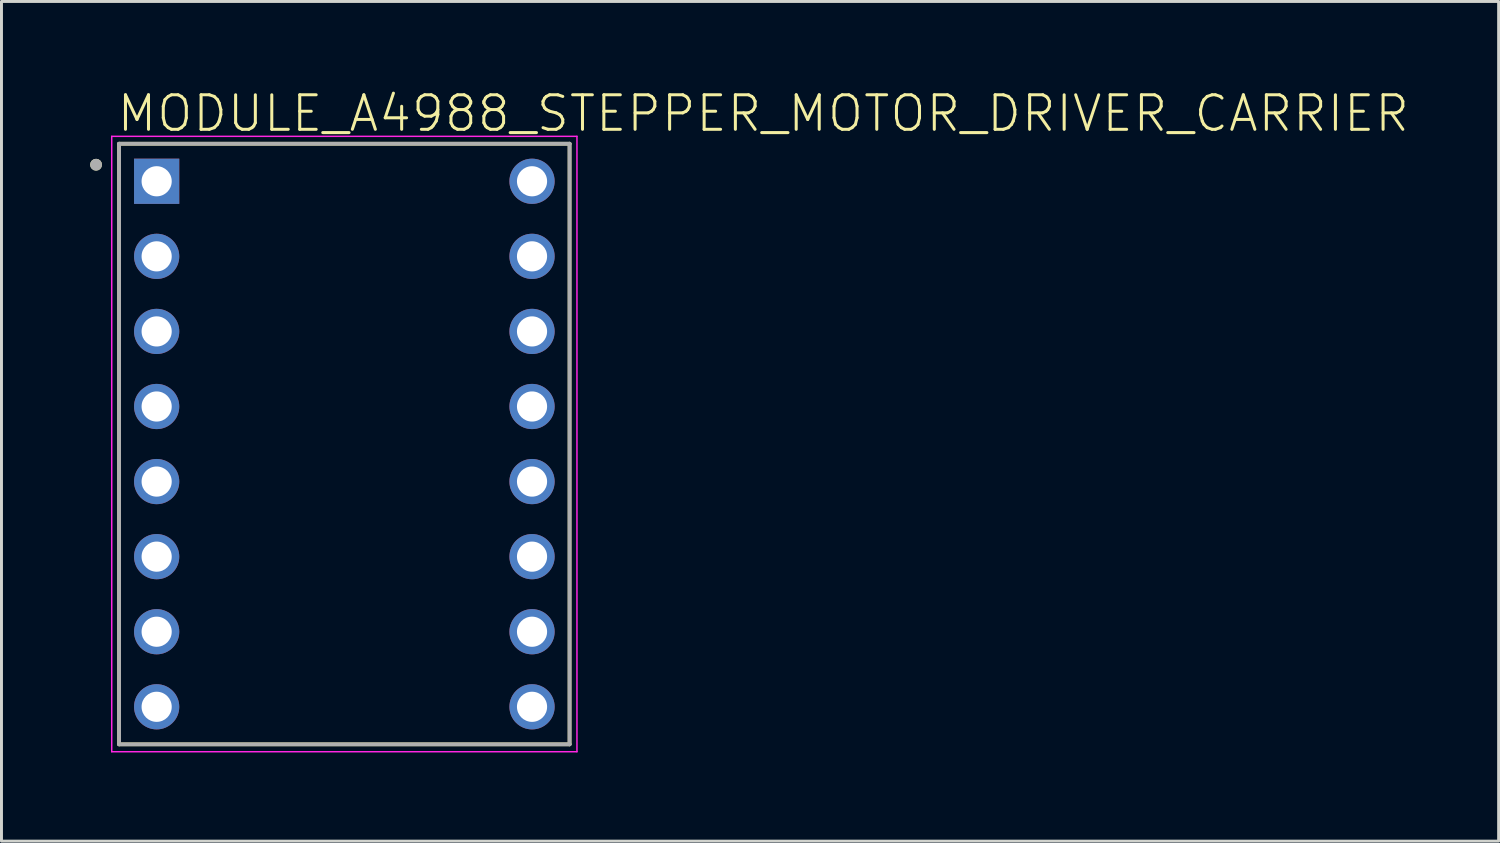
<source format=kicad_pcb>
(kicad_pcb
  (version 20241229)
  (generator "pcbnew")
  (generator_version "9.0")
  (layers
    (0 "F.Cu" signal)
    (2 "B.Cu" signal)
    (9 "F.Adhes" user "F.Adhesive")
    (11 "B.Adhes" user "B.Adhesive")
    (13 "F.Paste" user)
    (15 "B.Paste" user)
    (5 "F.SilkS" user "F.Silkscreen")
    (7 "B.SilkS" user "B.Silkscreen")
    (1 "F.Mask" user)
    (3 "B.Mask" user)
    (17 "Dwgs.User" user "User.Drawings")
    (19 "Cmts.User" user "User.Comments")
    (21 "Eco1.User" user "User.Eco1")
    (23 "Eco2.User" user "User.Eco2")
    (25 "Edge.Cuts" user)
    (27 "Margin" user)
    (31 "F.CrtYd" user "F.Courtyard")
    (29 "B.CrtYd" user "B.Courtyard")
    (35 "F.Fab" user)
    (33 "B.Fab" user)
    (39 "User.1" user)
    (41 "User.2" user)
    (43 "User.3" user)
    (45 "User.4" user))
  (footprint "MODULE_A4988_STEPPER_MOTOR_DRIVER_CARRIER"
    (layer "F.Cu")
    (at 8.6 11.973)
    (property "Reference" "MODULE_A4988_STEPPER_MOTOR_DRIVER_CARRIER" (at -7.75 -10.5 0) (layer "F.SilkS") (effects (font (size 1.168 1.168) (thickness 0.102)) (justify left bottom)))
    (fp_line (start -7.62 -10.16) (end 7.62 -10.16) (stroke (width 0.127) (type solid)) (layer "F.SilkS"))
    (fp_line (start -7.62 10.16) (end -7.62 -10.16) (stroke (width 0.127) (type solid)) (layer "F.SilkS"))
    (fp_line (start 7.62 -10.16) (end 7.62 10.16) (stroke (width 0.127) (type solid)) (layer "F.SilkS"))
    (fp_line (start 7.62 10.16) (end -7.62 10.16) (stroke (width 0.127) (type solid)) (layer "F.SilkS"))
    (fp_circle (center -8.4 -9.45) (end -8.3 -9.45) (stroke (width 0.2) (type solid)) (fill no) (layer "F.SilkS"))
    (fp_line (start -7.87 -10.41) (end -7.87 10.41) (stroke (width 0.05) (type solid)) (layer "F.CrtYd"))
    (fp_line (start -7.87 10.41) (end 7.87 10.41) (stroke (width 0.05) (type solid)) (layer "F.CrtYd"))
    (fp_line (start 7.87 -10.41) (end -7.87 -10.41) (stroke (width 0.05) (type solid)) (layer "F.CrtYd"))
    (fp_line (start 7.87 10.41) (end 7.87 -10.41) (stroke (width 0.05) (type solid)) (layer "F.CrtYd"))
    (fp_line (start -7.62 -10.16) (end 7.62 -10.16) (stroke (width 0.127) (type solid)) (layer "F.Fab"))
    (fp_line (start -7.62 10.16) (end -7.62 -10.16) (stroke (width 0.127) (type solid)) (layer "F.Fab"))
    (fp_line (start 7.62 -10.16) (end 7.62 10.16) (stroke (width 0.127) (type solid)) (layer "F.Fab"))
    (fp_line (start 7.62 10.16) (end -7.62 10.16) (stroke (width 0.127) (type solid)) (layer "F.Fab"))
    (fp_circle (center -8.4 -9.45) (end -8.3 -9.45) (stroke (width 0.2) (type solid)) (fill no) (layer "F.Fab"))
    (pad "1" thru_hole rect (at -6.35 -8.89) (size 1.53 1.53) (drill 1.02) (layers "*.Cu" "*.Mask"))
    (pad "2" thru_hole circle (at -6.35 -6.35) (size 1.53 1.53) (drill 1.02) (layers "*.Cu" "*.Mask"))
    (pad "3" thru_hole circle (at -6.35 -3.81) (size 1.53 1.53) (drill 1.02) (layers "*.Cu" "*.Mask"))
    (pad "4" thru_hole circle (at -6.35 -1.27) (size 1.53 1.53) (drill 1.02) (layers "*.Cu" "*.Mask"))
    (pad "5" thru_hole circle (at -6.35 1.27) (size 1.53 1.53) (drill 1.02) (layers "*.Cu" "*.Mask"))
    (pad "6" thru_hole circle (at -6.35 3.81) (size 1.53 1.53) (drill 1.02) (layers "*.Cu" "*.Mask"))
    (pad "7" thru_hole circle (at -6.35 6.35) (size 1.53 1.53) (drill 1.02) (layers "*.Cu" "*.Mask"))
    (pad "8" thru_hole circle (at -6.35 8.89) (size 1.53 1.53) (drill 1.02) (layers "*.Cu" "*.Mask"))
    (pad "9" thru_hole circle (at 6.35 8.89 180) (size 1.53 1.53) (drill 1.02) (layers "*.Cu" "*.Mask"))
    (pad "10" thru_hole circle (at 6.35 6.35 180) (size 1.53 1.53) (drill 1.02) (layers "*.Cu" "*.Mask"))
    (pad "11" thru_hole circle (at 6.35 3.81 180) (size 1.53 1.53) (drill 1.02) (layers "*.Cu" "*.Mask"))
    (pad "12" thru_hole circle (at 6.35 1.27 180) (size 1.53 1.53) (drill 1.02) (layers "*.Cu" "*.Mask"))
    (pad "13" thru_hole circle (at 6.35 -1.27 180) (size 1.53 1.53) (drill 1.02) (layers "*.Cu" "*.Mask"))
    (pad "14" thru_hole circle (at 6.35 -3.81 180) (size 1.53 1.53) (drill 1.02) (layers "*.Cu" "*.Mask"))
    (pad "15" thru_hole circle (at 6.35 -6.35 180) (size 1.53 1.53) (drill 1.02) (layers "*.Cu" "*.Mask"))
    (pad "16" thru_hole circle (at 6.35 -8.89 180) (size 1.53 1.53) (drill 1.02) (layers "*.Cu" "*.Mask")))
  (gr_rect
    (start -3 -3)
    (end 47.653 25.408)
    (stroke (width 0.1) (type default))
    (fill no)
    (layer "Edge.Cuts")))
</source>
